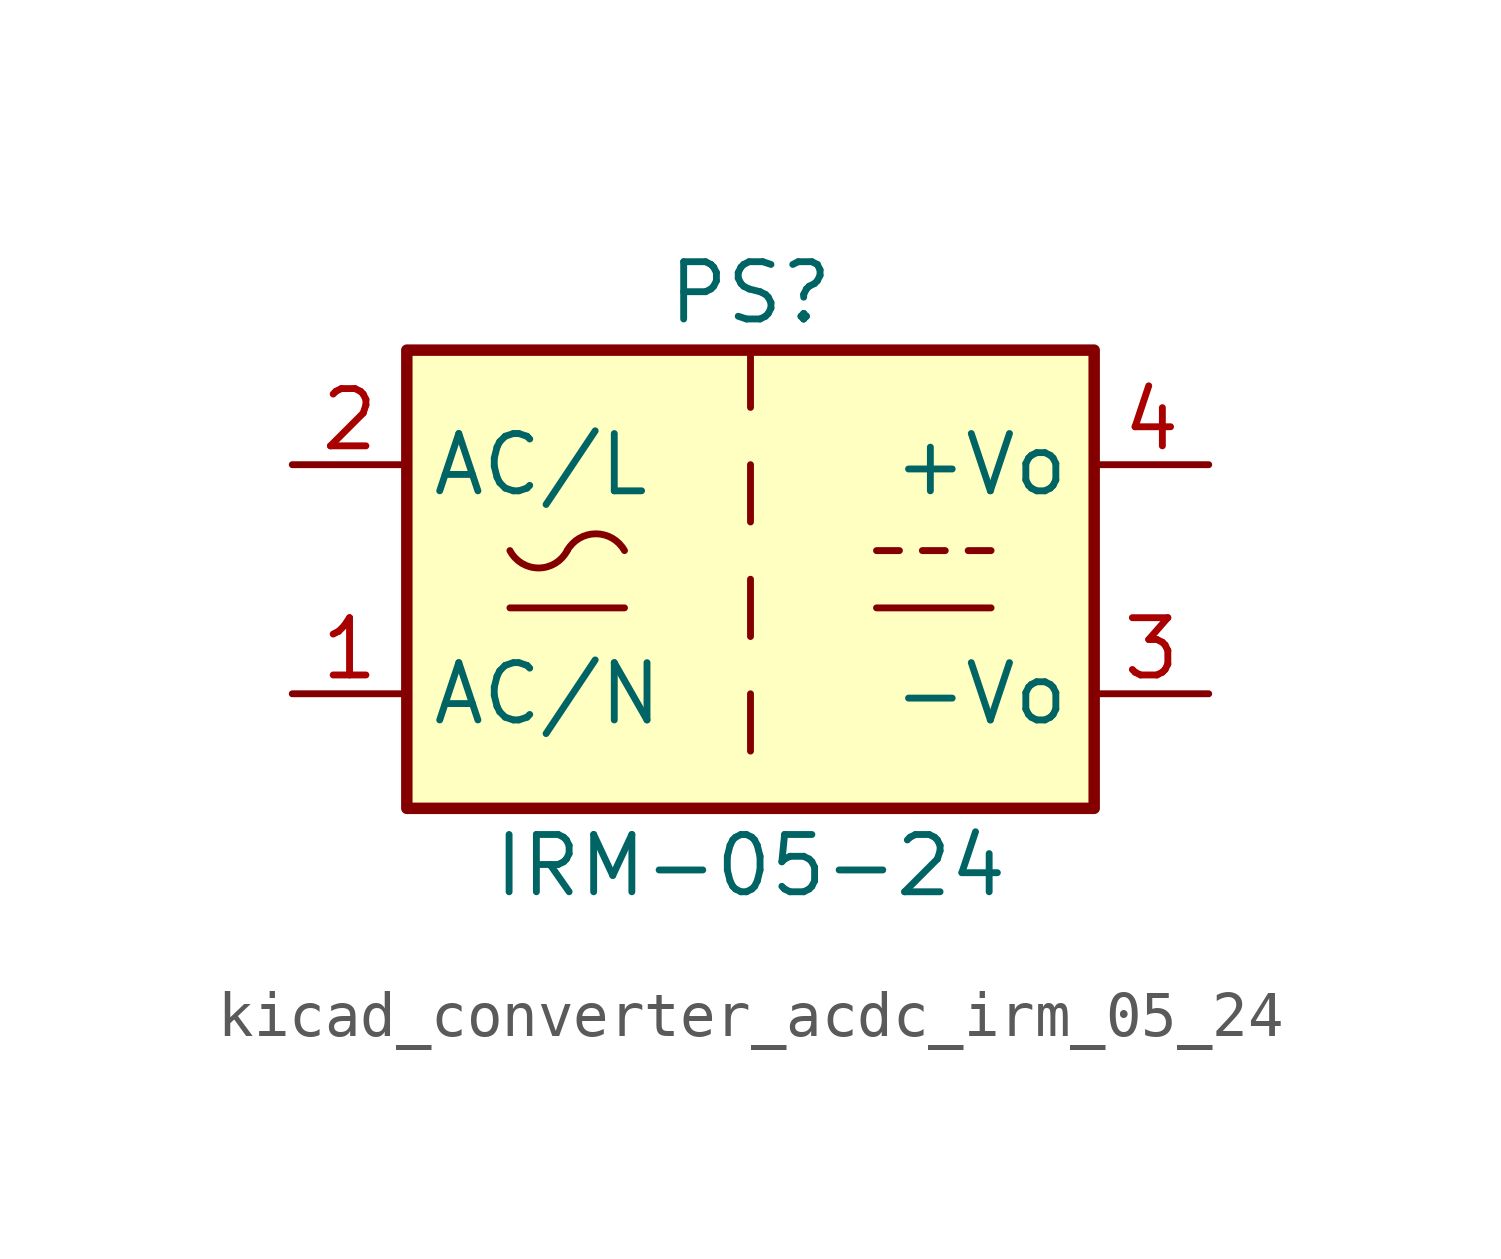
<source format=kicad_sym>
(kicad_symbol_lib
  (version 20220914)
  (generator kicad_symbol_editor)
  (symbol "kicad_converter_acdc_irm_05_24"
    (property "Reference" "PS"
      (at 0 6.35 0)
      (effects (font (size 1.27 1.27))))
    (property "Value" "IRM-05-24"
      (at 0 -6.35 0)
      (effects (font (size 1.27 1.27))))
    (symbol "kicad_converter_acdc_irm_05_24_0_1"
      (rectangle (start -7.62 5.08) (end 7.62 -5.08) (stroke (width 0.254) (type default)) (fill (type background)))
      (arc (start -5.334 0.635) (mid -4.699 0.2495) (end -4.064 0.635) (stroke (width 0) (type default)) (fill (type none)))
      (arc (start -2.794 0.635) (mid -3.429 1.0072) (end -4.064 0.635) (stroke (width 0) (type default)) (fill (type none)))
      (polyline (pts (xy -5.334 -0.635) (xy -2.794 -0.635)) (stroke (width 0) (type default)) (fill (type none)))
      (polyline (pts (xy 0 -2.54) (xy 0 -3.81)) (stroke (width 0) (type default)) (fill (type none)))
      (polyline (pts (xy 0 0) (xy 0 -1.27)) (stroke (width 0) (type default)) (fill (type none)))
      (polyline (pts (xy 0 2.54) (xy 0 1.27)) (stroke (width 0) (type default)) (fill (type none)))
      (polyline (pts (xy 0 5.08) (xy 0 3.81)) (stroke (width 0) (type default)) (fill (type none)))
      (polyline (pts (xy 2.794 -0.635) (xy 5.334 -0.635)) (stroke (width 0) (type default)) (fill (type none)))
      (polyline (pts (xy 2.794 0.635) (xy 3.302 0.635)) (stroke (width 0) (type default)) (fill (type none)))
      (polyline (pts (xy 3.81 0.635) (xy 4.318 0.635)) (stroke (width 0) (type default)) (fill (type none)))
      (polyline (pts (xy 4.826 0.635) (xy 5.334 0.635)) (stroke (width 0) (type default)) (fill (type none))))
    (symbol "kicad_converter_acdc_irm_05_24_1_1"
      (pin power_in line (at -10.16 -2.54 0) (length 2.54) (name "AC/N" (effects (font (size 1.27 1.27)))) (number "1" (effects (font (size 1.27 1.27)))))
      (pin power_in line (at -10.16 2.54 0) (length 2.54) (name "AC/L" (effects (font (size 1.27 1.27)))) (number "2" (effects (font (size 1.27 1.27)))))
      (pin power_out line (at 10.16 -2.54 180) (length 2.54) (name "-Vo" (effects (font (size 1.27 1.27)))) (number "3" (effects (font (size 1.27 1.27)))))
      (pin power_out line (at 10.16 2.54 180) (length 2.54) (name "+Vo" (effects (font (size 1.27 1.27)))) (number "4" (effects (font (size 1.27 1.27))))))))
</source>
